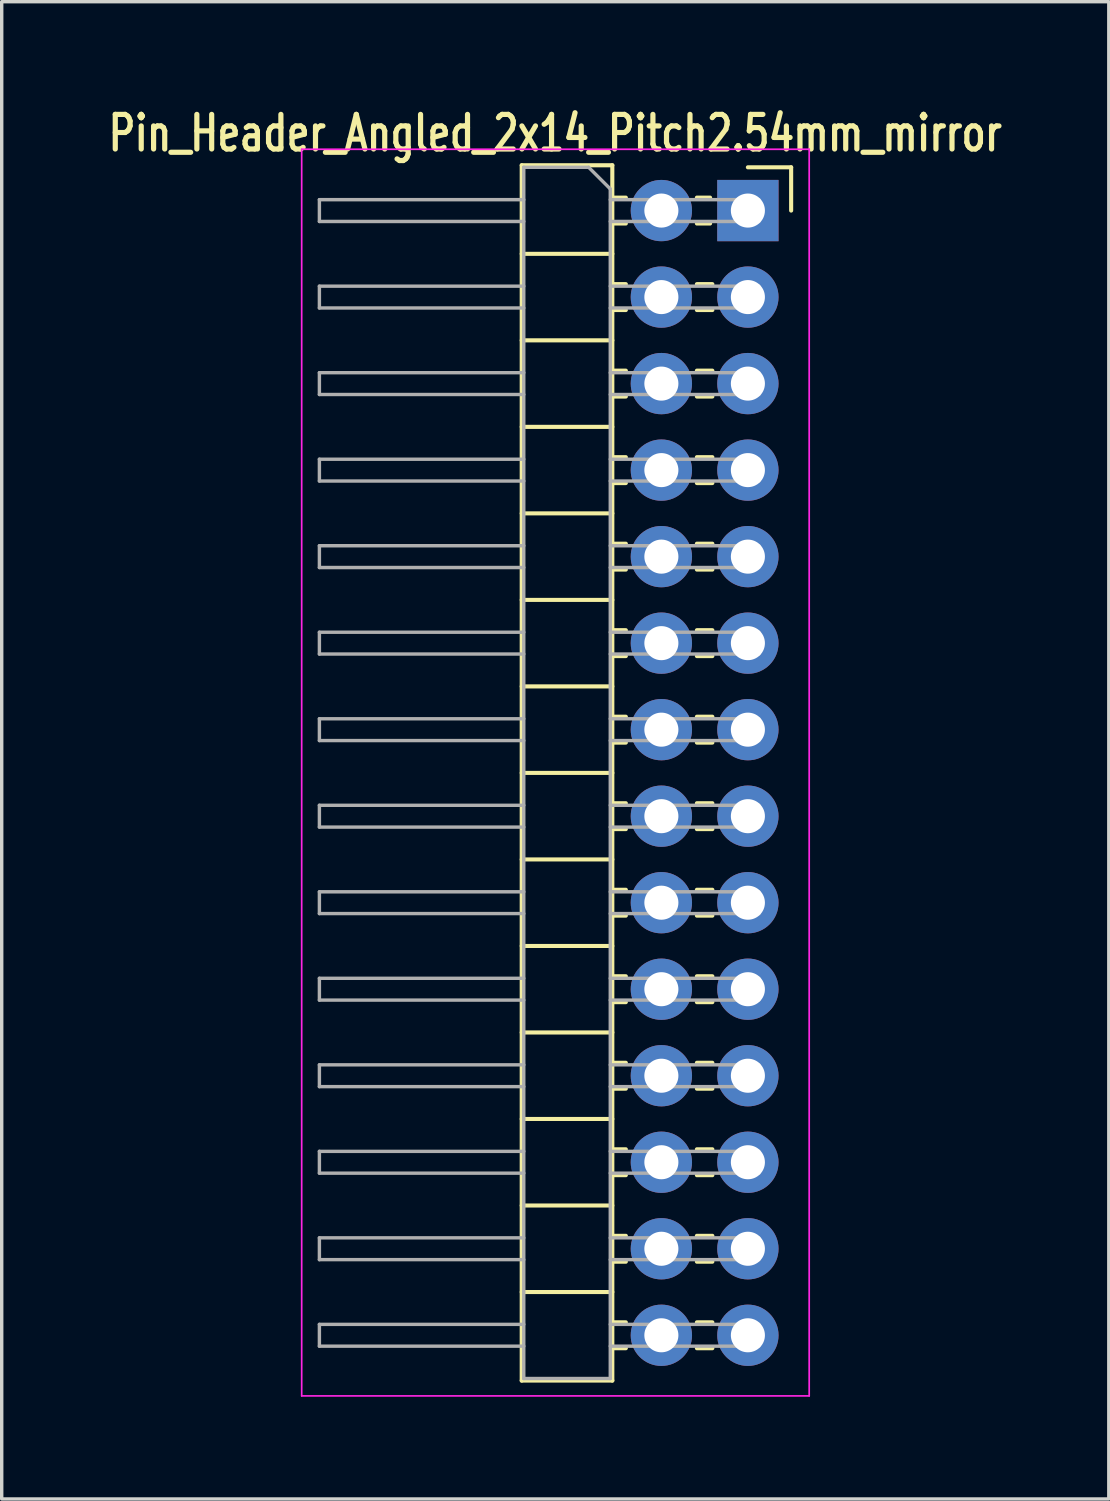
<source format=kicad_pcb>
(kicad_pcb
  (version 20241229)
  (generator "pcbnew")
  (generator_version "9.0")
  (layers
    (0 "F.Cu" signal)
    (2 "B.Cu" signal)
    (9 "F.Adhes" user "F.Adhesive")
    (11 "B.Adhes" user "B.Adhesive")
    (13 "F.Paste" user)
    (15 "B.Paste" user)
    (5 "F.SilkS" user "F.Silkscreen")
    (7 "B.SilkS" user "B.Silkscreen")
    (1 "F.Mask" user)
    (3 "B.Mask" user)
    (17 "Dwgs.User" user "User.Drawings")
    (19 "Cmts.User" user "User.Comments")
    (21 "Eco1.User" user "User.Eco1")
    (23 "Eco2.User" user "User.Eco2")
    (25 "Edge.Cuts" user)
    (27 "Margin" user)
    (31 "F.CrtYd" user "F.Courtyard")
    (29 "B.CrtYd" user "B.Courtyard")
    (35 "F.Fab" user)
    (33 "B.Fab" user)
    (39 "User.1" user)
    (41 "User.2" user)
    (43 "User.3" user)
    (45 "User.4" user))
  (footprint "Pin_Header_Angled_2x14_Pitch2.54mm_mirror"
    (layer "F.Cu")
    (at 18.907 3.132)
    (property "Reference" "Pin_Header_Angled_2x14_Pitch2.54mm_mirror" (at -5.655 -2.27 0) (layer "F.SilkS") (effects (font (size 1.016 0.762) (thickness 0.152))))
    (attr through_hole)
    (fp_line (start -6.64 -1.33) (end -3.98 -1.33) (stroke (width 0.12) (type solid)) (layer "F.SilkS"))
    (fp_line (start -6.64 34.35) (end -6.64 -1.33) (stroke (width 0.12) (type solid)) (layer "F.SilkS"))
    (fp_line (start -3.98 -1.33) (end -3.98 34.35) (stroke (width 0.12) (type solid)) (layer "F.SilkS"))
    (fp_line (start -3.98 1.27) (end -6.64 1.27) (stroke (width 0.12) (type solid)) (layer "F.SilkS"))
    (fp_line (start -3.98 3.81) (end -6.64 3.81) (stroke (width 0.12) (type solid)) (layer "F.SilkS"))
    (fp_line (start -3.98 6.35) (end -6.64 6.35) (stroke (width 0.12) (type solid)) (layer "F.SilkS"))
    (fp_line (start -3.98 8.89) (end -6.64 8.89) (stroke (width 0.12) (type solid)) (layer "F.SilkS"))
    (fp_line (start -3.98 11.43) (end -6.64 11.43) (stroke (width 0.12) (type solid)) (layer "F.SilkS"))
    (fp_line (start -3.98 13.97) (end -6.64 13.97) (stroke (width 0.12) (type solid)) (layer "F.SilkS"))
    (fp_line (start -3.98 16.51) (end -6.64 16.51) (stroke (width 0.12) (type solid)) (layer "F.SilkS"))
    (fp_line (start -3.98 19.05) (end -6.64 19.05) (stroke (width 0.12) (type solid)) (layer "F.SilkS"))
    (fp_line (start -3.98 21.59) (end -6.64 21.59) (stroke (width 0.12) (type solid)) (layer "F.SilkS"))
    (fp_line (start -3.98 24.13) (end -6.64 24.13) (stroke (width 0.12) (type solid)) (layer "F.SilkS"))
    (fp_line (start -3.98 26.67) (end -6.64 26.67) (stroke (width 0.12) (type solid)) (layer "F.SilkS"))
    (fp_line (start -3.98 29.21) (end -6.64 29.21) (stroke (width 0.12) (type solid)) (layer "F.SilkS"))
    (fp_line (start -3.98 31.75) (end -6.64 31.75) (stroke (width 0.12) (type solid)) (layer "F.SilkS"))
    (fp_line (start -3.98 34.35) (end -6.64 34.35) (stroke (width 0.12) (type solid)) (layer "F.SilkS"))
    (fp_line (start -3.583 -0.38) (end -3.98 -0.38) (stroke (width 0.12) (type solid)) (layer "F.SilkS"))
    (fp_line (start -3.583 0.38) (end -3.98 0.38) (stroke (width 0.12) (type solid)) (layer "F.SilkS"))
    (fp_line (start -3.583 2.16) (end -3.98 2.16) (stroke (width 0.12) (type solid)) (layer "F.SilkS"))
    (fp_line (start -3.583 2.92) (end -3.98 2.92) (stroke (width 0.12) (type solid)) (layer "F.SilkS"))
    (fp_line (start -3.583 4.7) (end -3.98 4.7) (stroke (width 0.12) (type solid)) (layer "F.SilkS"))
    (fp_line (start -3.583 5.46) (end -3.98 5.46) (stroke (width 0.12) (type solid)) (layer "F.SilkS"))
    (fp_line (start -3.583 7.24) (end -3.98 7.24) (stroke (width 0.12) (type solid)) (layer "F.SilkS"))
    (fp_line (start -3.583 8) (end -3.98 8) (stroke (width 0.12) (type solid)) (layer "F.SilkS"))
    (fp_line (start -3.583 9.78) (end -3.98 9.78) (stroke (width 0.12) (type solid)) (layer "F.SilkS"))
    (fp_line (start -3.583 10.54) (end -3.98 10.54) (stroke (width 0.12) (type solid)) (layer "F.SilkS"))
    (fp_line (start -3.583 12.32) (end -3.98 12.32) (stroke (width 0.12) (type solid)) (layer "F.SilkS"))
    (fp_line (start -3.583 13.08) (end -3.98 13.08) (stroke (width 0.12) (type solid)) (layer "F.SilkS"))
    (fp_line (start -3.583 14.86) (end -3.98 14.86) (stroke (width 0.12) (type solid)) (layer "F.SilkS"))
    (fp_line (start -3.583 15.62) (end -3.98 15.62) (stroke (width 0.12) (type solid)) (layer "F.SilkS"))
    (fp_line (start -3.583 17.4) (end -3.98 17.4) (stroke (width 0.12) (type solid)) (layer "F.SilkS"))
    (fp_line (start -3.583 18.16) (end -3.98 18.16) (stroke (width 0.12) (type solid)) (layer "F.SilkS"))
    (fp_line (start -3.583 19.94) (end -3.98 19.94) (stroke (width 0.12) (type solid)) (layer "F.SilkS"))
    (fp_line (start -3.583 20.7) (end -3.98 20.7) (stroke (width 0.12) (type solid)) (layer "F.SilkS"))
    (fp_line (start -3.583 22.48) (end -3.98 22.48) (stroke (width 0.12) (type solid)) (layer "F.SilkS"))
    (fp_line (start -3.583 23.24) (end -3.98 23.24) (stroke (width 0.12) (type solid)) (layer "F.SilkS"))
    (fp_line (start -3.583 25.02) (end -3.98 25.02) (stroke (width 0.12) (type solid)) (layer "F.SilkS"))
    (fp_line (start -3.583 25.78) (end -3.98 25.78) (stroke (width 0.12) (type solid)) (layer "F.SilkS"))
    (fp_line (start -3.583 27.56) (end -3.98 27.56) (stroke (width 0.12) (type solid)) (layer "F.SilkS"))
    (fp_line (start -3.583 28.32) (end -3.98 28.32) (stroke (width 0.12) (type solid)) (layer "F.SilkS"))
    (fp_line (start -3.583 30.1) (end -3.98 30.1) (stroke (width 0.12) (type solid)) (layer "F.SilkS"))
    (fp_line (start -3.583 30.86) (end -3.98 30.86) (stroke (width 0.12) (type solid)) (layer "F.SilkS"))
    (fp_line (start -3.583 32.64) (end -3.98 32.64) (stroke (width 0.12) (type solid)) (layer "F.SilkS"))
    (fp_line (start -3.583 33.4) (end -3.98 33.4) (stroke (width 0.12) (type solid)) (layer "F.SilkS"))
    (fp_line (start -1.11 -0.38) (end -1.497 -0.38) (stroke (width 0.12) (type solid)) (layer "F.SilkS"))
    (fp_line (start -1.11 0.38) (end -1.497 0.38) (stroke (width 0.12) (type solid)) (layer "F.SilkS"))
    (fp_line (start -1.043 2.16) (end -1.497 2.16) (stroke (width 0.12) (type solid)) (layer "F.SilkS"))
    (fp_line (start -1.043 2.92) (end -1.497 2.92) (stroke (width 0.12) (type solid)) (layer "F.SilkS"))
    (fp_line (start -1.043 4.7) (end -1.497 4.7) (stroke (width 0.12) (type solid)) (layer "F.SilkS"))
    (fp_line (start -1.043 5.46) (end -1.497 5.46) (stroke (width 0.12) (type solid)) (layer "F.SilkS"))
    (fp_line (start -1.043 7.24) (end -1.497 7.24) (stroke (width 0.12) (type solid)) (layer "F.SilkS"))
    (fp_line (start -1.043 8) (end -1.497 8) (stroke (width 0.12) (type solid)) (layer "F.SilkS"))
    (fp_line (start -1.043 9.78) (end -1.497 9.78) (stroke (width 0.12) (type solid)) (layer "F.SilkS"))
    (fp_line (start -1.043 10.54) (end -1.497 10.54) (stroke (width 0.12) (type solid)) (layer "F.SilkS"))
    (fp_line (start -1.043 12.32) (end -1.497 12.32) (stroke (width 0.12) (type solid)) (layer "F.SilkS"))
    (fp_line (start -1.043 13.08) (end -1.497 13.08) (stroke (width 0.12) (type solid)) (layer "F.SilkS"))
    (fp_line (start -1.043 14.86) (end -1.497 14.86) (stroke (width 0.12) (type solid)) (layer "F.SilkS"))
    (fp_line (start -1.043 15.62) (end -1.497 15.62) (stroke (width 0.12) (type solid)) (layer "F.SilkS"))
    (fp_line (start -1.043 17.4) (end -1.497 17.4) (stroke (width 0.12) (type solid)) (layer "F.SilkS"))
    (fp_line (start -1.043 18.16) (end -1.497 18.16) (stroke (width 0.12) (type solid)) (layer "F.SilkS"))
    (fp_line (start -1.043 19.94) (end -1.497 19.94) (stroke (width 0.12) (type solid)) (layer "F.SilkS"))
    (fp_line (start -1.043 20.7) (end -1.497 20.7) (stroke (width 0.12) (type solid)) (layer "F.SilkS"))
    (fp_line (start -1.043 22.48) (end -1.497 22.48) (stroke (width 0.12) (type solid)) (layer "F.SilkS"))
    (fp_line (start -1.043 23.24) (end -1.497 23.24) (stroke (width 0.12) (type solid)) (layer "F.SilkS"))
    (fp_line (start -1.043 25.02) (end -1.497 25.02) (stroke (width 0.12) (type solid)) (layer "F.SilkS"))
    (fp_line (start -1.043 25.78) (end -1.497 25.78) (stroke (width 0.12) (type solid)) (layer "F.SilkS"))
    (fp_line (start -1.043 27.56) (end -1.497 27.56) (stroke (width 0.12) (type solid)) (layer "F.SilkS"))
    (fp_line (start -1.043 28.32) (end -1.497 28.32) (stroke (width 0.12) (type solid)) (layer "F.SilkS"))
    (fp_line (start -1.043 30.1) (end -1.497 30.1) (stroke (width 0.12) (type solid)) (layer "F.SilkS"))
    (fp_line (start -1.043 30.86) (end -1.497 30.86) (stroke (width 0.12) (type solid)) (layer "F.SilkS"))
    (fp_line (start -1.043 32.64) (end -1.497 32.64) (stroke (width 0.12) (type solid)) (layer "F.SilkS"))
    (fp_line (start -1.043 33.4) (end -1.497 33.4) (stroke (width 0.12) (type solid)) (layer "F.SilkS"))
    (fp_line (start 1.27 -1.27) (end 0 -1.27) (stroke (width 0.12) (type solid)) (layer "F.SilkS"))
    (fp_line (start 1.27 0) (end 1.27 -1.27) (stroke (width 0.12) (type solid)) (layer "F.SilkS"))
    (fp_line (start -13.1 -1.8) (end 1.8 -1.8) (stroke (width 0.05) (type solid)) (layer "F.CrtYd"))
    (fp_line (start -13.1 34.8) (end -13.1 -1.8) (stroke (width 0.05) (type solid)) (layer "F.CrtYd"))
    (fp_line (start 1.8 -1.8) (end 1.8 34.8) (stroke (width 0.05) (type solid)) (layer "F.CrtYd"))
    (fp_line (start 1.8 34.8) (end -13.1 34.8) (stroke (width 0.05) (type solid)) (layer "F.CrtYd"))
    (fp_line (start -12.58 -0.32) (end -12.58 0.32) (stroke (width 0.1) (type solid)) (layer "F.Fab"))
    (fp_line (start -12.58 2.22) (end -12.58 2.86) (stroke (width 0.1) (type solid)) (layer "F.Fab"))
    (fp_line (start -12.58 4.76) (end -12.58 5.4) (stroke (width 0.1) (type solid)) (layer "F.Fab"))
    (fp_line (start -12.58 7.3) (end -12.58 7.94) (stroke (width 0.1) (type solid)) (layer "F.Fab"))
    (fp_line (start -12.58 9.84) (end -12.58 10.48) (stroke (width 0.1) (type solid)) (layer "F.Fab"))
    (fp_line (start -12.58 12.38) (end -12.58 13.02) (stroke (width 0.1) (type solid)) (layer "F.Fab"))
    (fp_line (start -12.58 14.92) (end -12.58 15.56) (stroke (width 0.1) (type solid)) (layer "F.Fab"))
    (fp_line (start -12.58 17.46) (end -12.58 18.1) (stroke (width 0.1) (type solid)) (layer "F.Fab"))
    (fp_line (start -12.58 20) (end -12.58 20.64) (stroke (width 0.1) (type solid)) (layer "F.Fab"))
    (fp_line (start -12.58 22.54) (end -12.58 23.18) (stroke (width 0.1) (type solid)) (layer "F.Fab"))
    (fp_line (start -12.58 25.08) (end -12.58 25.72) (stroke (width 0.1) (type solid)) (layer "F.Fab"))
    (fp_line (start -12.58 27.62) (end -12.58 28.26) (stroke (width 0.1) (type solid)) (layer "F.Fab"))
    (fp_line (start -12.58 30.16) (end -12.58 30.8) (stroke (width 0.1) (type solid)) (layer "F.Fab"))
    (fp_line (start -12.58 32.7) (end -12.58 33.34) (stroke (width 0.1) (type solid)) (layer "F.Fab"))
    (fp_line (start -6.58 -1.27) (end -6.58 34.29) (stroke (width 0.1) (type solid)) (layer "F.Fab"))
    (fp_line (start -6.58 -0.32) (end -12.58 -0.32) (stroke (width 0.1) (type solid)) (layer "F.Fab"))
    (fp_line (start -6.58 0.32) (end -12.58 0.32) (stroke (width 0.1) (type solid)) (layer "F.Fab"))
    (fp_line (start -6.58 2.22) (end -12.58 2.22) (stroke (width 0.1) (type solid)) (layer "F.Fab"))
    (fp_line (start -6.58 2.86) (end -12.58 2.86) (stroke (width 0.1) (type solid)) (layer "F.Fab"))
    (fp_line (start -6.58 4.76) (end -12.58 4.76) (stroke (width 0.1) (type solid)) (layer "F.Fab"))
    (fp_line (start -6.58 5.4) (end -12.58 5.4) (stroke (width 0.1) (type solid)) (layer "F.Fab"))
    (fp_line (start -6.58 7.3) (end -12.58 7.3) (stroke (width 0.1) (type solid)) (layer "F.Fab"))
    (fp_line (start -6.58 7.94) (end -12.58 7.94) (stroke (width 0.1) (type solid)) (layer "F.Fab"))
    (fp_line (start -6.58 9.84) (end -12.58 9.84) (stroke (width 0.1) (type solid)) (layer "F.Fab"))
    (fp_line (start -6.58 10.48) (end -12.58 10.48) (stroke (width 0.1) (type solid)) (layer "F.Fab"))
    (fp_line (start -6.58 12.38) (end -12.58 12.38) (stroke (width 0.1) (type solid)) (layer "F.Fab"))
    (fp_line (start -6.58 13.02) (end -12.58 13.02) (stroke (width 0.1) (type solid)) (layer "F.Fab"))
    (fp_line (start -6.58 14.92) (end -12.58 14.92) (stroke (width 0.1) (type solid)) (layer "F.Fab"))
    (fp_line (start -6.58 15.56) (end -12.58 15.56) (stroke (width 0.1) (type solid)) (layer "F.Fab"))
    (fp_line (start -6.58 17.46) (end -12.58 17.46) (stroke (width 0.1) (type solid)) (layer "F.Fab"))
    (fp_line (start -6.58 18.1) (end -12.58 18.1) (stroke (width 0.1) (type solid)) (layer "F.Fab"))
    (fp_line (start -6.58 20) (end -12.58 20) (stroke (width 0.1) (type solid)) (layer "F.Fab"))
    (fp_line (start -6.58 20.64) (end -12.58 20.64) (stroke (width 0.1) (type solid)) (layer "F.Fab"))
    (fp_line (start -6.58 22.54) (end -12.58 22.54) (stroke (width 0.1) (type solid)) (layer "F.Fab"))
    (fp_line (start -6.58 23.18) (end -12.58 23.18) (stroke (width 0.1) (type solid)) (layer "F.Fab"))
    (fp_line (start -6.58 25.08) (end -12.58 25.08) (stroke (width 0.1) (type solid)) (layer "F.Fab"))
    (fp_line (start -6.58 25.72) (end -12.58 25.72) (stroke (width 0.1) (type solid)) (layer "F.Fab"))
    (fp_line (start -6.58 27.62) (end -12.58 27.62) (stroke (width 0.1) (type solid)) (layer "F.Fab"))
    (fp_line (start -6.58 28.26) (end -12.58 28.26) (stroke (width 0.1) (type solid)) (layer "F.Fab"))
    (fp_line (start -6.58 30.16) (end -12.58 30.16) (stroke (width 0.1) (type solid)) (layer "F.Fab"))
    (fp_line (start -6.58 30.8) (end -12.58 30.8) (stroke (width 0.1) (type solid)) (layer "F.Fab"))
    (fp_line (start -6.58 32.7) (end -12.58 32.7) (stroke (width 0.1) (type solid)) (layer "F.Fab"))
    (fp_line (start -6.58 33.34) (end -12.58 33.34) (stroke (width 0.1) (type solid)) (layer "F.Fab"))
    (fp_line (start -6.58 34.29) (end -4.04 34.29) (stroke (width 0.1) (type solid)) (layer "F.Fab"))
    (fp_line (start -4.675 -1.27) (end -6.58 -1.27) (stroke (width 0.1) (type solid)) (layer "F.Fab"))
    (fp_line (start -4.04 -0.635) (end -4.675 -1.27) (stroke (width 0.1) (type solid)) (layer "F.Fab"))
    (fp_line (start -4.04 34.29) (end -4.04 -0.635) (stroke (width 0.1) (type solid)) (layer "F.Fab"))
    (fp_line (start 0.32 -0.32) (end -4.04 -0.32) (stroke (width 0.1) (type solid)) (layer "F.Fab"))
    (fp_line (start 0.32 -0.32) (end 0.32 0.32) (stroke (width 0.1) (type solid)) (layer "F.Fab"))
    (fp_line (start 0.32 0.32) (end -4.04 0.32) (stroke (width 0.1) (type solid)) (layer "F.Fab"))
    (fp_line (start 0.32 2.22) (end -4.04 2.22) (stroke (width 0.1) (type solid)) (layer "F.Fab"))
    (fp_line (start 0.32 2.22) (end 0.32 2.86) (stroke (width 0.1) (type solid)) (layer "F.Fab"))
    (fp_line (start 0.32 2.86) (end -4.04 2.86) (stroke (width 0.1) (type solid)) (layer "F.Fab"))
    (fp_line (start 0.32 4.76) (end -4.04 4.76) (stroke (width 0.1) (type solid)) (layer "F.Fab"))
    (fp_line (start 0.32 4.76) (end 0.32 5.4) (stroke (width 0.1) (type solid)) (layer "F.Fab"))
    (fp_line (start 0.32 5.4) (end -4.04 5.4) (stroke (width 0.1) (type solid)) (layer "F.Fab"))
    (fp_line (start 0.32 7.3) (end -4.04 7.3) (stroke (width 0.1) (type solid)) (layer "F.Fab"))
    (fp_line (start 0.32 7.3) (end 0.32 7.94) (stroke (width 0.1) (type solid)) (layer "F.Fab"))
    (fp_line (start 0.32 7.94) (end -4.04 7.94) (stroke (width 0.1) (type solid)) (layer "F.Fab"))
    (fp_line (start 0.32 9.84) (end -4.04 9.84) (stroke (width 0.1) (type solid)) (layer "F.Fab"))
    (fp_line (start 0.32 9.84) (end 0.32 10.48) (stroke (width 0.1) (type solid)) (layer "F.Fab"))
    (fp_line (start 0.32 10.48) (end -4.04 10.48) (stroke (width 0.1) (type solid)) (layer "F.Fab"))
    (fp_line (start 0.32 12.38) (end -4.04 12.38) (stroke (width 0.1) (type solid)) (layer "F.Fab"))
    (fp_line (start 0.32 12.38) (end 0.32 13.02) (stroke (width 0.1) (type solid)) (layer "F.Fab"))
    (fp_line (start 0.32 13.02) (end -4.04 13.02) (stroke (width 0.1) (type solid)) (layer "F.Fab"))
    (fp_line (start 0.32 14.92) (end -4.04 14.92) (stroke (width 0.1) (type solid)) (layer "F.Fab"))
    (fp_line (start 0.32 14.92) (end 0.32 15.56) (stroke (width 0.1) (type solid)) (layer "F.Fab"))
    (fp_line (start 0.32 15.56) (end -4.04 15.56) (stroke (width 0.1) (type solid)) (layer "F.Fab"))
    (fp_line (start 0.32 17.46) (end -4.04 17.46) (stroke (width 0.1) (type solid)) (layer "F.Fab"))
    (fp_line (start 0.32 17.46) (end 0.32 18.1) (stroke (width 0.1) (type solid)) (layer "F.Fab"))
    (fp_line (start 0.32 18.1) (end -4.04 18.1) (stroke (width 0.1) (type solid)) (layer "F.Fab"))
    (fp_line (start 0.32 20) (end -4.04 20) (stroke (width 0.1) (type solid)) (layer "F.Fab"))
    (fp_line (start 0.32 20) (end 0.32 20.64) (stroke (width 0.1) (type solid)) (layer "F.Fab"))
    (fp_line (start 0.32 20.64) (end -4.04 20.64) (stroke (width 0.1) (type solid)) (layer "F.Fab"))
    (fp_line (start 0.32 22.54) (end -4.04 22.54) (stroke (width 0.1) (type solid)) (layer "F.Fab"))
    (fp_line (start 0.32 22.54) (end 0.32 23.18) (stroke (width 0.1) (type solid)) (layer "F.Fab"))
    (fp_line (start 0.32 23.18) (end -4.04 23.18) (stroke (width 0.1) (type solid)) (layer "F.Fab"))
    (fp_line (start 0.32 25.08) (end -4.04 25.08) (stroke (width 0.1) (type solid)) (layer "F.Fab"))
    (fp_line (start 0.32 25.08) (end 0.32 25.72) (stroke (width 0.1) (type solid)) (layer "F.Fab"))
    (fp_line (start 0.32 25.72) (end -4.04 25.72) (stroke (width 0.1) (type solid)) (layer "F.Fab"))
    (fp_line (start 0.32 27.62) (end -4.04 27.62) (stroke (width 0.1) (type solid)) (layer "F.Fab"))
    (fp_line (start 0.32 27.62) (end 0.32 28.26) (stroke (width 0.1) (type solid)) (layer "F.Fab"))
    (fp_line (start 0.32 28.26) (end -4.04 28.26) (stroke (width 0.1) (type solid)) (layer "F.Fab"))
    (fp_line (start 0.32 30.16) (end -4.04 30.16) (stroke (width 0.1) (type solid)) (layer "F.Fab"))
    (fp_line (start 0.32 30.16) (end 0.32 30.8) (stroke (width 0.1) (type solid)) (layer "F.Fab"))
    (fp_line (start 0.32 30.8) (end -4.04 30.8) (stroke (width 0.1) (type solid)) (layer "F.Fab"))
    (fp_line (start 0.32 32.7) (end -4.04 32.7) (stroke (width 0.1) (type solid)) (layer "F.Fab"))
    (fp_line (start 0.32 32.7) (end 0.32 33.34) (stroke (width 0.1) (type solid)) (layer "F.Fab"))
    (fp_line (start 0.32 33.34) (end -4.04 33.34) (stroke (width 0.1) (type solid)) (layer "F.Fab"))
    (pad "1" thru_hole rect (at 0 0) (size 1.8 1.8) (drill 1) (layers "*.Cu" "*.Mask"))
    (pad "2" thru_hole oval (at -2.54 0) (size 1.8 1.8) (drill 1) (layers "*.Cu" "*.Mask"))
    (pad "3" thru_hole oval (at 0 2.54) (size 1.8 1.8) (drill 1) (layers "*.Cu" "*.Mask"))
    (pad "4" thru_hole oval (at -2.54 2.54) (size 1.8 1.8) (drill 1) (layers "*.Cu" "*.Mask"))
    (pad "5" thru_hole oval (at 0 5.08) (size 1.8 1.8) (drill 1) (layers "*.Cu" "*.Mask"))
    (pad "6" thru_hole oval (at -2.54 5.08) (size 1.8 1.8) (drill 1) (layers "*.Cu" "*.Mask"))
    (pad "7" thru_hole oval (at 0 7.62) (size 1.8 1.8) (drill 1) (layers "*.Cu" "*.Mask"))
    (pad "8" thru_hole oval (at -2.54 7.62) (size 1.8 1.8) (drill 1) (layers "*.Cu" "*.Mask"))
    (pad "9" thru_hole oval (at 0 10.16) (size 1.8 1.8) (drill 1) (layers "*.Cu" "*.Mask"))
    (pad "10" thru_hole oval (at -2.54 10.16) (size 1.8 1.8) (drill 1) (layers "*.Cu" "*.Mask"))
    (pad "11" thru_hole oval (at 0 12.7) (size 1.8 1.8) (drill 1) (layers "*.Cu" "*.Mask"))
    (pad "12" thru_hole oval (at -2.54 12.7) (size 1.8 1.8) (drill 1) (layers "*.Cu" "*.Mask"))
    (pad "13" thru_hole oval (at 0 15.24) (size 1.8 1.8) (drill 1) (layers "*.Cu" "*.Mask"))
    (pad "14" thru_hole oval (at -2.54 15.24) (size 1.8 1.8) (drill 1) (layers "*.Cu" "*.Mask"))
    (pad "15" thru_hole oval (at 0 17.78) (size 1.8 1.8) (drill 1) (layers "*.Cu" "*.Mask"))
    (pad "16" thru_hole oval (at -2.54 17.78) (size 1.8 1.8) (drill 1) (layers "*.Cu" "*.Mask"))
    (pad "17" thru_hole oval (at 0 20.32) (size 1.8 1.8) (drill 1) (layers "*.Cu" "*.Mask"))
    (pad "18" thru_hole oval (at -2.54 20.32) (size 1.8 1.8) (drill 1) (layers "*.Cu" "*.Mask"))
    (pad "19" thru_hole oval (at 0 22.86) (size 1.8 1.8) (drill 1) (layers "*.Cu" "*.Mask"))
    (pad "20" thru_hole oval (at -2.54 22.86) (size 1.8 1.8) (drill 1) (layers "*.Cu" "*.Mask"))
    (pad "21" thru_hole oval (at 0 25.4) (size 1.8 1.8) (drill 1) (layers "*.Cu" "*.Mask"))
    (pad "22" thru_hole oval (at -2.54 25.4) (size 1.8 1.8) (drill 1) (layers "*.Cu" "*.Mask"))
    (pad "23" thru_hole oval (at 0 27.94) (size 1.8 1.8) (drill 1) (layers "*.Cu" "*.Mask"))
    (pad "24" thru_hole oval (at -2.54 27.94) (size 1.8 1.8) (drill 1) (layers "*.Cu" "*.Mask"))
    (pad "25" thru_hole oval (at 0 30.48) (size 1.8 1.8) (drill 1) (layers "*.Cu" "*.Mask"))
    (pad "26" thru_hole oval (at -2.54 30.48) (size 1.8 1.8) (drill 1) (layers "*.Cu" "*.Mask"))
    (pad "27" thru_hole oval (at 0 33.02) (size 1.8 1.8) (drill 1) (layers "*.Cu" "*.Mask"))
    (pad "28" thru_hole oval (at -2.54 33.02) (size 1.8 1.8) (drill 1) (layers "*.Cu" "*.Mask")))
  (gr_rect
    (start -3 -3)
    (end 29.503 40.957)
    (stroke (width 0.1) (type default))
    (fill no)
    (layer "Edge.Cuts")))
</source>
